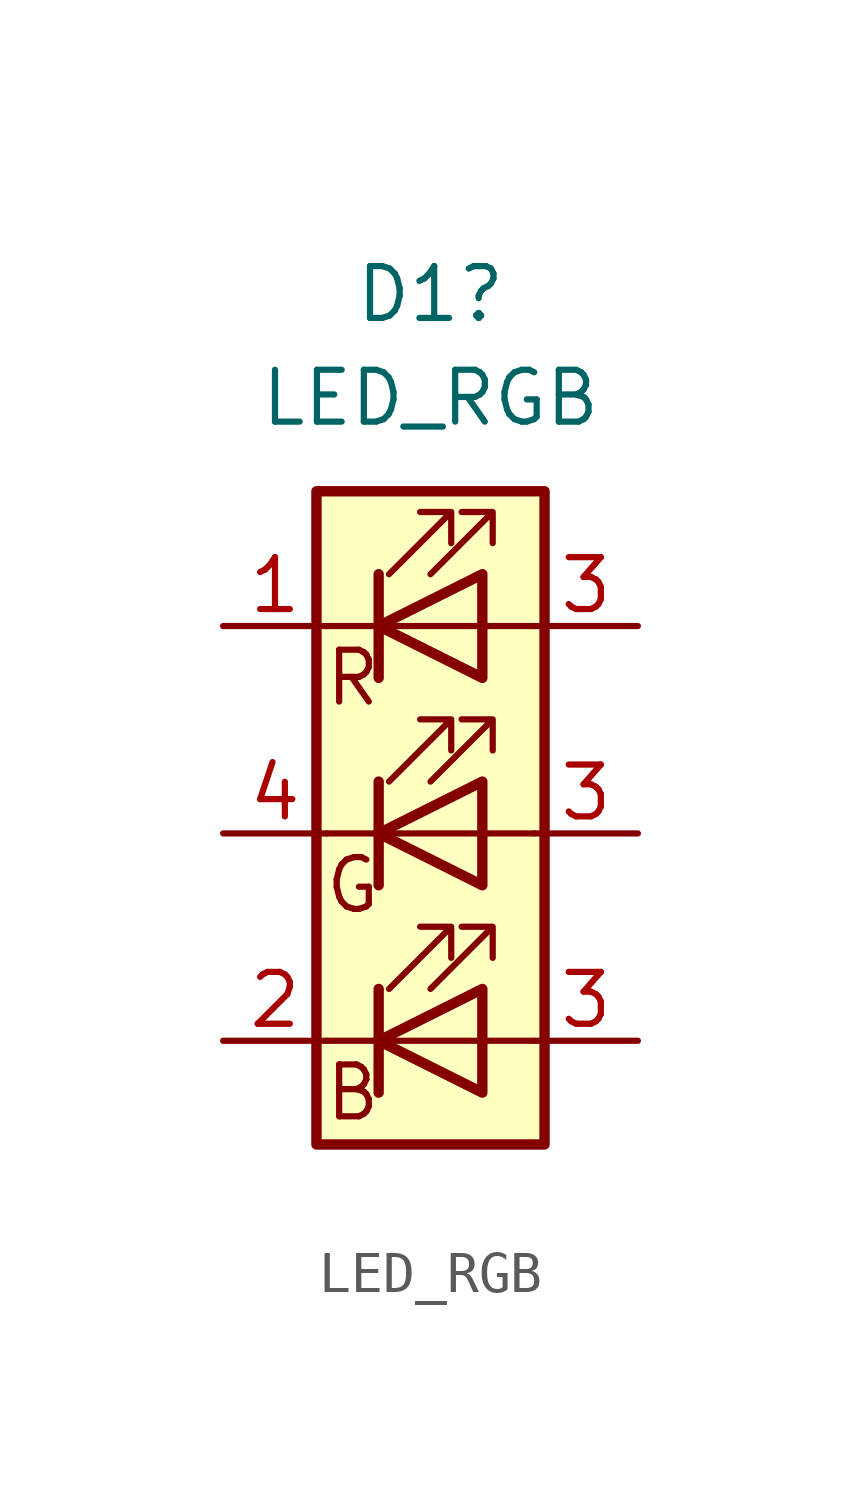
<source format=kicad_sym>
(kicad_symbol_lib
  (version 20220914)
  (generator kicad_symbol_editor)
  (symbol "LED_RGB"
    (pin_names
      (offset 0) hide)
    (property "Reference" "D1"
      (at 0 13.208 0)
      (effects (font (size 1.27 1.27))))
    (property "Value" "LED_RGB"
      (at 0 10.668 0)
      (effects (font (size 1.27 1.27))))
    (symbol "LED_RGB_0_0"
      (text "B" (at -1.905 -6.35 0) (effects (font (size 1.27 1.27))))
      (text "G" (at -1.905 -1.27 0) (effects (font (size 1.27 1.27))))
      (text "R" (at -1.905 3.81 0) (effects (font (size 1.27 1.27)))))
    (symbol "LED_RGB_0_1"
      (rectangle (start -2.794 8.382) (end 2.794 -7.62) (stroke (width 0.254) (type default)) (fill (type background)))
      (polyline (pts (xy -1.27 -5.08) (xy -2.54 -5.08)) (stroke (width 0) (type default)) (fill (type none)))
      (polyline (pts (xy -1.27 -5.08) (xy 1.27 -5.08)) (stroke (width 0) (type default)) (fill (type none)))
      (polyline (pts (xy -1.27 -3.81) (xy -1.27 -6.35)) (stroke (width 0.254) (type default)) (fill (type none)))
      (polyline (pts (xy -1.27 0) (xy -2.54 0)) (stroke (width 0) (type default)) (fill (type none)))
      (polyline (pts (xy -1.27 1.27) (xy -1.27 -1.27)) (stroke (width 0.254) (type default)) (fill (type none)))
      (polyline (pts (xy -1.27 5.08) (xy -2.54 5.08)) (stroke (width 0) (type default)) (fill (type none)))
      (polyline (pts (xy -1.27 5.08) (xy 1.27 5.08)) (stroke (width 0) (type default)) (fill (type none)))
      (polyline (pts (xy -1.27 6.35) (xy -1.27 3.81)) (stroke (width 0.254) (type default)) (fill (type none)))
      (polyline (pts (xy 1.27 -5.08) (xy 2.54 -5.08)) (stroke (width 0) (type default)) (fill (type none)))
      (polyline (pts (xy 1.27 0) (xy -1.27 0)) (stroke (width 0) (type default)) (fill (type none)))
      (polyline (pts (xy 1.27 0) (xy 2.54 0)) (stroke (width 0) (type default)) (fill (type none)))
      (polyline (pts (xy 1.27 5.08) (xy 2.54 5.08)) (stroke (width 0) (type default)) (fill (type none)))
      (polyline (pts (xy -1.27 1.27) (xy -1.27 -1.27) (xy -1.27 -1.27)) (stroke (width 0) (type default)) (fill (type none)))
      (polyline (pts (xy -1.27 6.35) (xy -1.27 3.81) (xy -1.27 3.81)) (stroke (width 0) (type default)) (fill (type none)))
      (polyline (pts (xy 1.27 -3.81) (xy 1.27 -6.35) (xy -1.27 -5.08) (xy 1.27 -3.81)) (stroke (width 0.254) (type default)) (fill (type none)))
      (polyline (pts (xy 1.27 1.27) (xy 1.27 -1.27) (xy -1.27 0) (xy 1.27 1.27)) (stroke (width 0.254) (type default)) (fill (type none)))
      (polyline (pts (xy 1.27 6.35) (xy 1.27 3.81) (xy -1.27 5.08) (xy 1.27 6.35)) (stroke (width 0.254) (type default)) (fill (type none)))
      (polyline (pts (xy -1.016 -3.81) (xy 0.508 -2.286) (xy -0.254 -2.286) (xy 0.508 -2.286) (xy 0.508 -3.048)) (stroke (width 0) (type default)) (fill (type none)))
      (polyline (pts (xy -1.016 1.27) (xy 0.508 2.794) (xy -0.254 2.794) (xy 0.508 2.794) (xy 0.508 2.032)) (stroke (width 0) (type default)) (fill (type none)))
      (polyline (pts (xy -1.016 6.35) (xy 0.508 7.874) (xy -0.254 7.874) (xy 0.508 7.874) (xy 0.508 7.112)) (stroke (width 0) (type default)) (fill (type none)))
      (polyline (pts (xy 0 -3.81) (xy 1.524 -2.286) (xy 0.762 -2.286) (xy 1.524 -2.286) (xy 1.524 -3.048)) (stroke (width 0) (type default)) (fill (type none)))
      (polyline (pts (xy 0 1.27) (xy 1.524 2.794) (xy 0.762 2.794) (xy 1.524 2.794) (xy 1.524 2.032)) (stroke (width 0) (type default)) (fill (type none)))
      (polyline (pts (xy 0 6.35) (xy 1.524 7.874) (xy 0.762 7.874) (xy 1.524 7.874) (xy 1.524 7.112)) (stroke (width 0) (type default)) (fill (type none)))
      (rectangle (start 1.27 -1.27) (end 1.27 1.27) (stroke (width 0) (type default)) (fill (type none)))
      (rectangle (start 1.27 1.27) (end 1.27 1.27) (stroke (width 0) (type default)) (fill (type none)))
      (rectangle (start 1.27 3.81) (end 1.27 6.35) (stroke (width 0) (type default)) (fill (type none)))
      (rectangle (start 1.27 6.35) (end 1.27 6.35) (stroke (width 0) (type default)) (fill (type none))))
    (symbol "LED_RGB_1_1"
      (pin passive line (at -5.08 5.08 0) (length 2.54) (name "RK" (effects (font (size 1.27 1.27)))) (number "1" (effects (font (size 1.27 1.27)))))
      (pin passive line (at -5.08 -5.08 0) (length 2.54) (name "BK" (effects (font (size 1.27 1.27)))) (number "2" (effects (font (size 1.27 1.27)))))
      (pin passive line (at 5.08 -5.08 180) (length 2.54) (name "3" (effects (font (size 1.27 1.27)))) (number "3" (effects (font (size 1.27 1.27)))))
      (pin passive line (at 5.08 0 180) (length 2.54) (name "3" (effects (font (size 1.27 1.27)))) (number "3" (effects (font (size 1.27 1.27)))))
      (pin passive line (at 5.08 5.08 180) (length 2.54) (name "3" (effects (font (size 1.27 1.27)))) (number "3" (effects (font (size 1.27 1.27)))))
      (pin passive line (at -5.08 0 0) (length 2.54) (name "GK" (effects (font (size 1.27 1.27)))) (number "4" (effects (font (size 1.27 1.27))))))))
</source>
